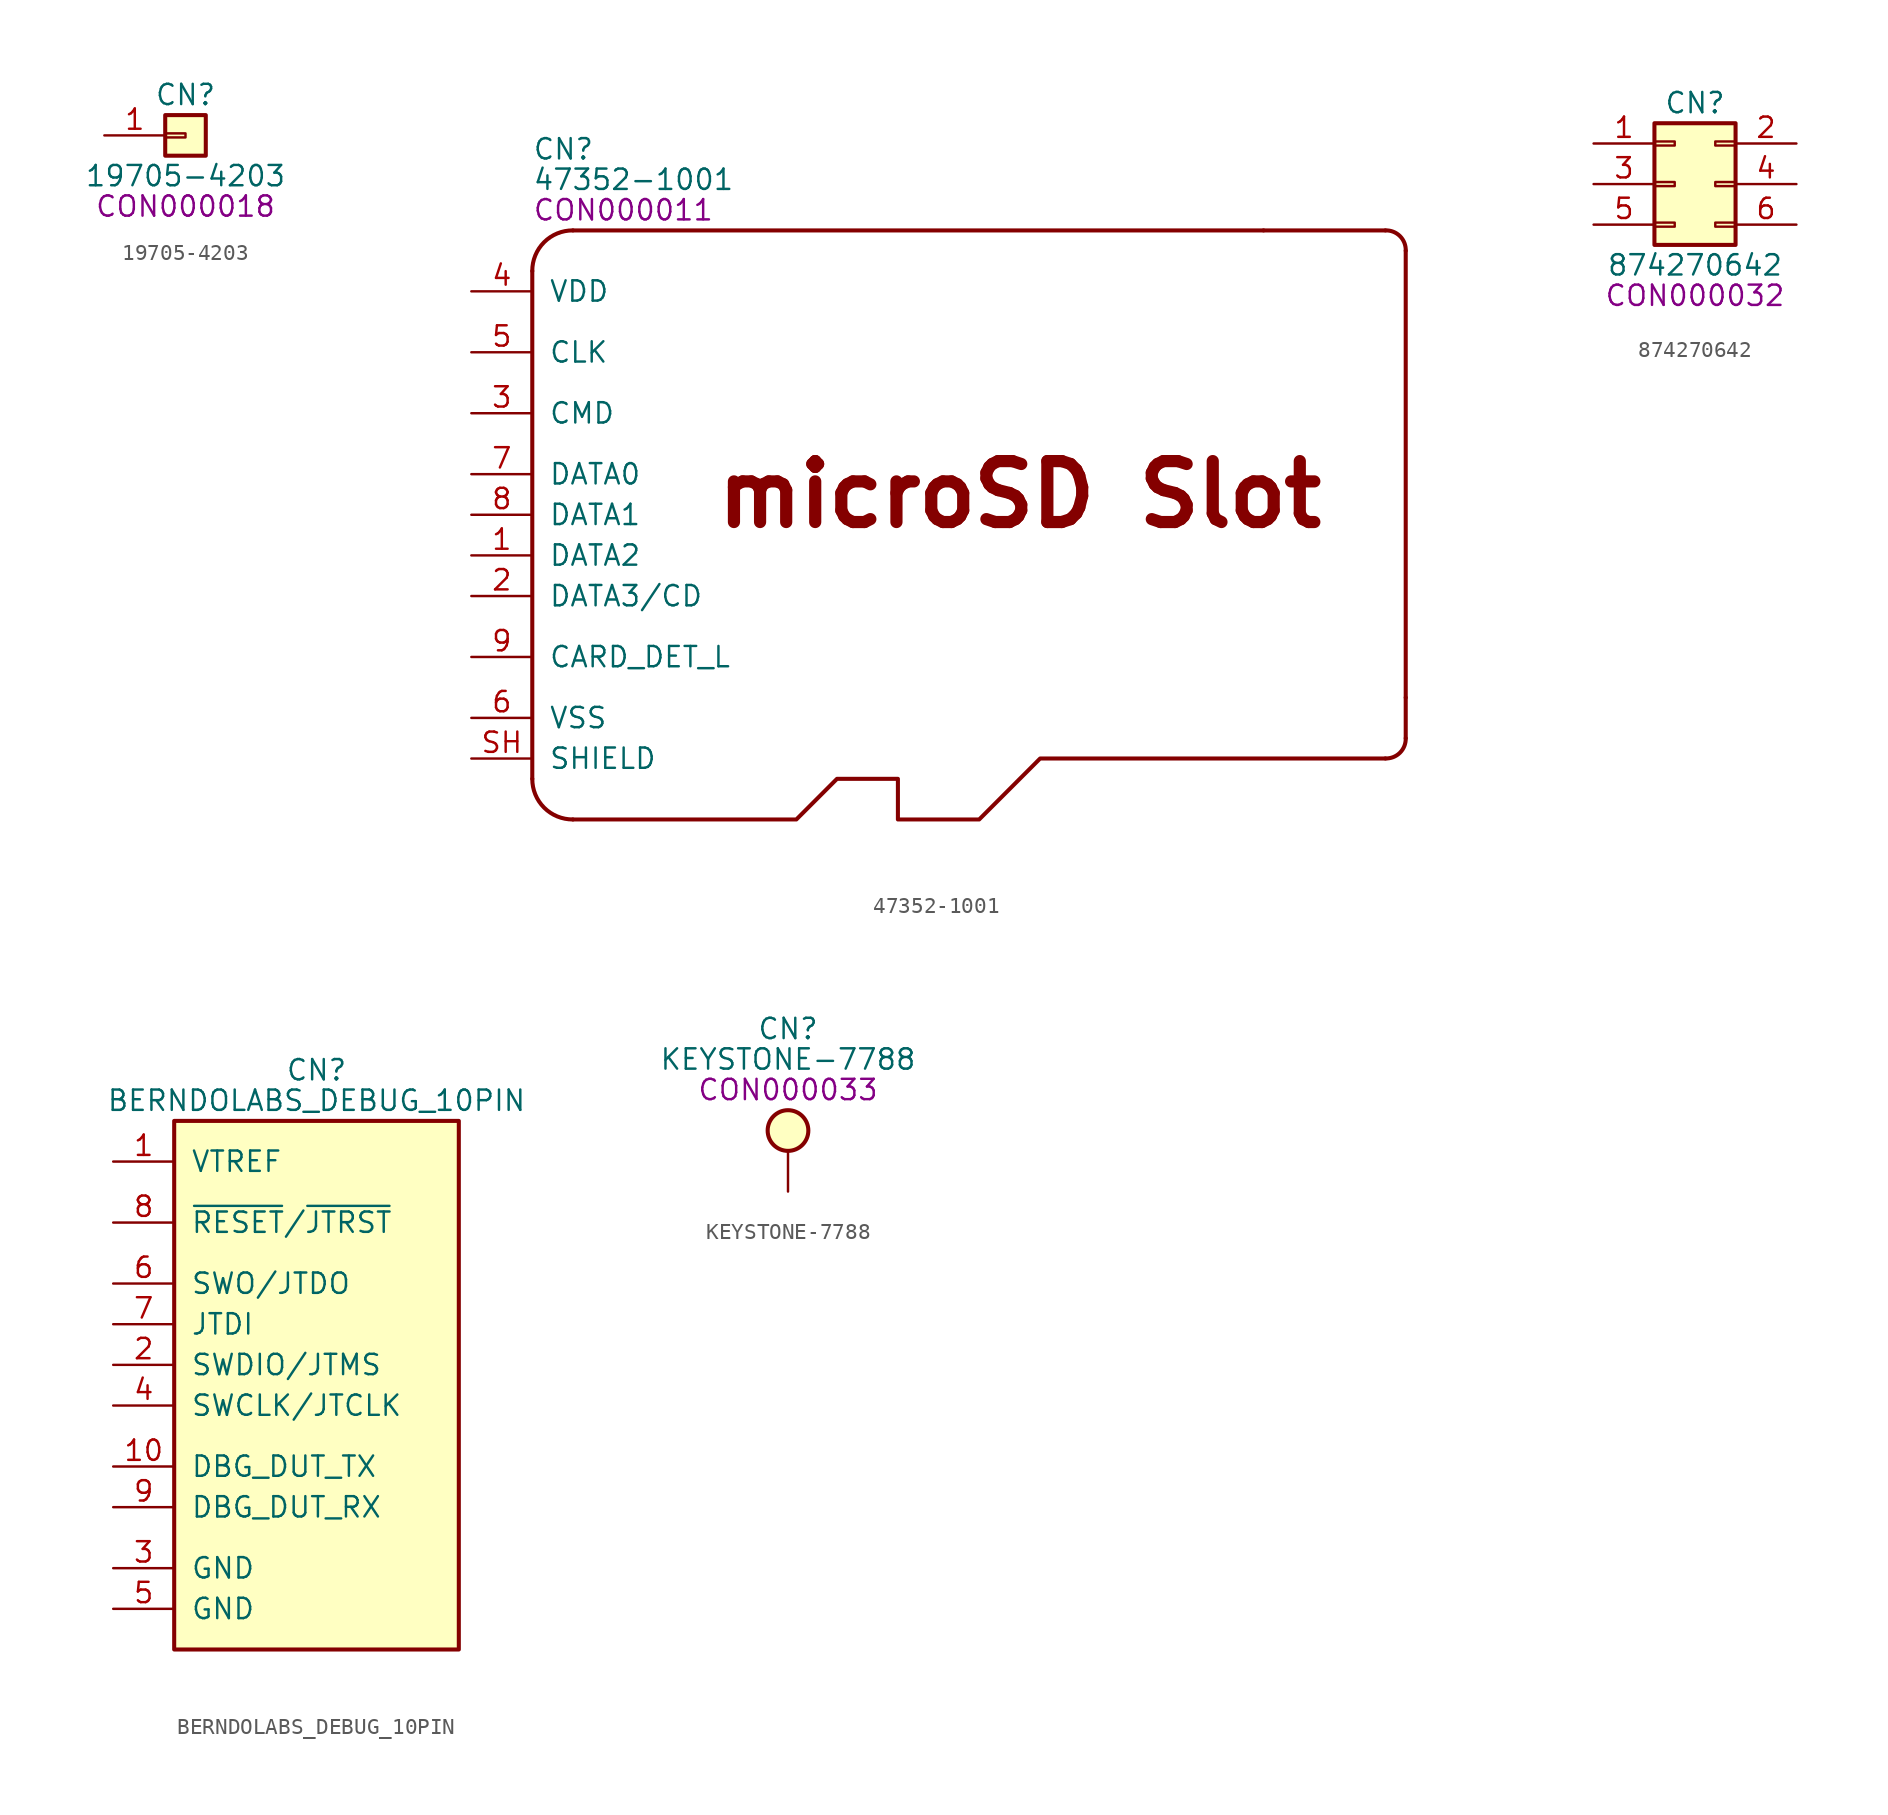
<source format=kicad_sym>
(kicad_symbol_lib
  (version 20201005)
  (generator kicad_symbol_editor)
  (symbol "berndoj_connector:19705-4203"
    (pin_names
      (offset 1.016) hide)
    (property "Reference" "CN"
      (at 0 1.27 0)
      (effects (font (size 1.27 1.27))))
    (property "Value" "19705-4203"
      (at 0 -3.81 0)
      (effects (font (size 1.27 1.27))))
    (property "IPN" "CON000018"
      (at 0 -5.715 0)
      (effects (font (size 1.27 1.27))))
    (symbol "19705-4203_1_1"
      (rectangle (start -1.27 -1.143) (end 0 -1.397) (stroke (width 0.152)) (fill (type none)))
      (rectangle (start -1.27 0) (end 1.27 -2.54) (stroke (width 0.254)) (fill (type background)))
      (pin passive line (at -5.08 -1.27 0) (length 3.81) (name "Pin_1" (effects (font (size 1.27 1.27)))) (number "1" (effects (font (size 1.27 1.27)))))))
  (symbol "berndoj_connector:47352-1001"
    (pin_names
      (offset 1.016))
    (property "Reference" "CN"
      (at -12.7 5.08 0)
      (effects (font (size 1.27 1.27)) (justify left)))
    (property "Value" "47352-1001"
      (at -12.7 3.175 0)
      (effects (font (size 1.27 1.27)) (justify left)))
    (property "IPN" "CON000011"
      (at -12.7 1.27 0)
      (effects (font (size 1.27 1.27)) (justify left)))
    (symbol "47352-1001_0_1"
      (arc (start -12.7 -34.29) (end -10.16 -36.83) (radius (at -10.16 -34.2646) (length 2.54) (angles -179.4 -90)) (stroke (width 0.254)) (fill (type none)))
      (arc (start -10.16 0) (end -12.7 -2.54) (radius (at -10.1346 -2.54) (length 2.54) (angles 90.6 180)) (stroke (width 0.254)) (fill (type none)))
      (arc (start 40.64 -33.02) (end 41.91 -31.75) (radius (at 40.64 -31.7754) (length 1.2446) (angles -90 1.1)) (stroke (width 0.254)) (fill (type none)))
      (arc (start 41.91 -1.27) (end 40.64 0) (radius (at 40.6654 -1.27) (length 1.2446) (angles 0 91.1)) (stroke (width 0.254)) (fill (type none)))
      (polyline (pts (xy -12.7 -34.29) (xy -12.7 -2.54)) (stroke (width 0.254)) (fill (type none)))
      (polyline (pts (xy -10.16 0) (xy 33.02 0)) (stroke (width 0.254)) (fill (type none)))
      (polyline (pts (xy 33.02 0) (xy 40.64 0)) (stroke (width 0.254)) (fill (type none)))
      (polyline (pts (xy 41.91 -29.21) (xy 41.91 -31.75)) (stroke (width 0.254)) (fill (type none)))
      (polyline (pts (xy 41.91 -1.27) (xy 41.91 -29.21)) (stroke (width 0.254)) (fill (type background)))
      (polyline (pts (xy 40.64 -33.02) (xy 19.05 -33.02) (xy 15.24 -36.83) (xy 10.16 -36.83) (xy 10.16 -34.29) (xy 6.35 -34.29) (xy 3.81 -36.83) (xy -10.16 -36.83)) (stroke (width 0.254)) (fill (type none))))
    (symbol "47352-1001_0_0"
      (text "microSD Slot" (at 17.78 -16.51 0) (effects (font (size 3.81 3.81) bold)))
      (pin bidirectional line (at -16.51 -20.32 0) (length 3.81) (name "DATA2" (effects (font (size 1.27 1.27)))) (number "1" (effects (font (size 1.27 1.27)))))
      (pin bidirectional line (at -16.51 -22.86 0) (length 3.81) (name "DATA3/CD" (effects (font (size 1.27 1.27)))) (number "2" (effects (font (size 1.27 1.27)))))
      (pin bidirectional line (at -16.51 -11.43 0) (length 3.81) (name "CMD" (effects (font (size 1.27 1.27)))) (number "3" (effects (font (size 1.27 1.27)))))
      (pin power_in line (at -16.51 -3.81 0) (length 3.81) (name "VDD" (effects (font (size 1.27 1.27)))) (number "4" (effects (font (size 1.27 1.27)))))
      (pin input line (at -16.51 -7.62 0) (length 3.81) (name "CLK" (effects (font (size 1.27 1.27)))) (number "5" (effects (font (size 1.27 1.27)))))
      (pin power_in line (at -16.51 -30.48 0) (length 3.81) (name "VSS" (effects (font (size 1.27 1.27)))) (number "6" (effects (font (size 1.27 1.27)))))
      (pin bidirectional line (at -16.51 -15.24 0) (length 3.81) (name "DATA0" (effects (font (size 1.27 1.27)))) (number "7" (effects (font (size 1.27 1.27)))))
      (pin bidirectional line (at -16.51 -17.78 0) (length 3.81) (name "DATA1" (effects (font (size 1.27 1.27)))) (number "8" (effects (font (size 1.27 1.27)))))
      (pin output line (at -16.51 -26.67 0) (length 3.81) (name "CARD_DET_L" (effects (font (size 1.27 1.27)))) (number "9" (effects (font (size 1.27 1.27)))))
      (pin passive line (at -16.51 -33.02 0) (length 3.81) (name "SHIELD" (effects (font (size 1.27 1.27)))) (number "SH" (effects (font (size 1.27 1.27)))))))
  (symbol "berndoj_connector:874270642"
    (pin_names
      (offset 1.016) hide)
    (property "Reference" "CN"
      (at 0 1.27 0)
      (effects (font (size 1.27 1.27))))
    (property "Value" "874270642"
      (at 0 -8.89 0)
      (effects (font (size 1.27 1.27))))
    (property "IPN" "CON000032"
      (at 0 -10.795 0)
      (effects (font (size 1.27 1.27))))
    (symbol "874270642_1_1"
      (rectangle (start -2.54 -6.223) (end -1.27 -6.477) (stroke (width 0.152)) (fill (type none)))
      (rectangle (start -2.54 -3.683) (end -1.27 -3.937) (stroke (width 0.152)) (fill (type none)))
      (rectangle (start -2.54 -1.143) (end -1.27 -1.397) (stroke (width 0.152)) (fill (type none)))
      (rectangle (start -2.54 0) (end 2.54 -7.62) (stroke (width 0.254)) (fill (type background)))
      (rectangle (start 2.54 -6.223) (end 1.27 -6.477) (stroke (width 0.152)) (fill (type none)))
      (rectangle (start 2.54 -3.683) (end 1.27 -3.937) (stroke (width 0.152)) (fill (type none)))
      (rectangle (start 2.54 -1.143) (end 1.27 -1.397) (stroke (width 0.152)) (fill (type none)))
      (pin passive line (at -6.35 -1.27 0) (length 3.81) (name "Pin_1" (effects (font (size 1.27 1.27)))) (number "1" (effects (font (size 1.27 1.27)))))
      (pin passive line (at 6.35 -1.27 180) (length 3.81) (name "Pin_2" (effects (font (size 1.27 1.27)))) (number "2" (effects (font (size 1.27 1.27)))))
      (pin passive line (at -6.35 -3.81 0) (length 3.81) (name "Pin_3" (effects (font (size 1.27 1.27)))) (number "3" (effects (font (size 1.27 1.27)))))
      (pin passive line (at 6.35 -3.81 180) (length 3.81) (name "Pin_4" (effects (font (size 1.27 1.27)))) (number "4" (effects (font (size 1.27 1.27)))))
      (pin passive line (at -6.35 -6.35 0) (length 3.81) (name "Pin_5" (effects (font (size 1.27 1.27)))) (number "5" (effects (font (size 1.27 1.27)))))
      (pin passive line (at 6.35 -6.35 180) (length 3.81) (name "Pin_6" (effects (font (size 1.27 1.27)))) (number "6" (effects (font (size 1.27 1.27)))))))
  (symbol "berndoj_connector:BERNDOLABS_DEBUG_10PIN"
    (pin_names
      (offset 1.016))
    (property "Reference" "CN"
      (at 0 3.175 0)
      (effects (font (size 1.27 1.27))))
    (property "Value" "BERNDOLABS_DEBUG_10PIN"
      (at 0 1.27 0)
      (effects (font (size 1.27 1.27))))
    (symbol "BERNDOLABS_DEBUG_10PIN_0_1"
      (rectangle (start -8.89 0) (end 8.89 -33.02) (stroke (width 0.254)) (fill (type background))))
    (symbol "BERNDOLABS_DEBUG_10PIN_0_0"
      (pin unspecified line (at -12.7 -2.54 0) (length 3.81) (name "VTREF" (effects (font (size 1.27 1.27)))) (number "1" (effects (font (size 1.27 1.27)))))
      (pin unspecified line (at -12.7 -21.59 0) (length 3.81) (name "DBG_DUT_TX" (effects (font (size 1.27 1.27)))) (number "10" (effects (font (size 1.27 1.27)))))
      (pin unspecified line (at -12.7 -15.24 0) (length 3.81) (name "SWDIO/JTMS" (effects (font (size 1.27 1.27)))) (number "2" (effects (font (size 1.27 1.27)))))
      (pin unspecified line (at -12.7 -27.94 0) (length 3.81) (name "GND" (effects (font (size 1.27 1.27)))) (number "3" (effects (font (size 1.27 1.27)))))
      (pin unspecified line (at -12.7 -17.78 0) (length 3.81) (name "SWCLK/JTCLK" (effects (font (size 1.27 1.27)))) (number "4" (effects (font (size 1.27 1.27)))))
      (pin unspecified line (at -12.7 -30.48 0) (length 3.81) (name "GND" (effects (font (size 1.27 1.27)))) (number "5" (effects (font (size 1.27 1.27)))))
      (pin unspecified line (at -12.7 -10.16 0) (length 3.81) (name "SWO/JTDO" (effects (font (size 1.27 1.27)))) (number "6" (effects (font (size 1.27 1.27)))))
      (pin unspecified line (at -12.7 -12.7 0) (length 3.81) (name "JTDI" (effects (font (size 1.27 1.27)))) (number "7" (effects (font (size 1.27 1.27)))))
      (pin unspecified line (at -12.7 -6.35 0) (length 3.81) (name "~RESET~/~JTRST" (effects (font (size 1.27 1.27)))) (number "8" (effects (font (size 1.27 1.27)))))
      (pin unspecified line (at -12.7 -24.13 0) (length 3.81) (name "DBG_DUT_RX" (effects (font (size 1.27 1.27)))) (number "9" (effects (font (size 1.27 1.27)))))))
  (symbol "berndoj_connector:KEYSTONE-7788"
    (pin_numbers hide)
    (pin_names
      (offset 1.016) hide)
    (property "Reference" "CN"
      (at 0 6.35 0)
      (effects (font (size 1.27 1.27))))
    (property "Value" "KEYSTONE-7788"
      (at 0 4.445 0)
      (effects (font (size 1.27 1.27))))
    (property "IPN" "CON000033"
      (at 0 2.54 0)
      (effects (font (size 1.27 1.27))))
    (symbol "KEYSTONE-7788_0_1"
      (circle (center 0 0) (radius 1.27) (stroke (width 0.254)) (fill (type background))))
    (symbol "KEYSTONE-7788_1_1"
      (pin passive line (at 0 -3.81 90) (length 2.54) (name "1" (effects (font (size 1.27 1.27)))) (number "1" (effects (font (size 1.27 1.27))))))))
</source>
